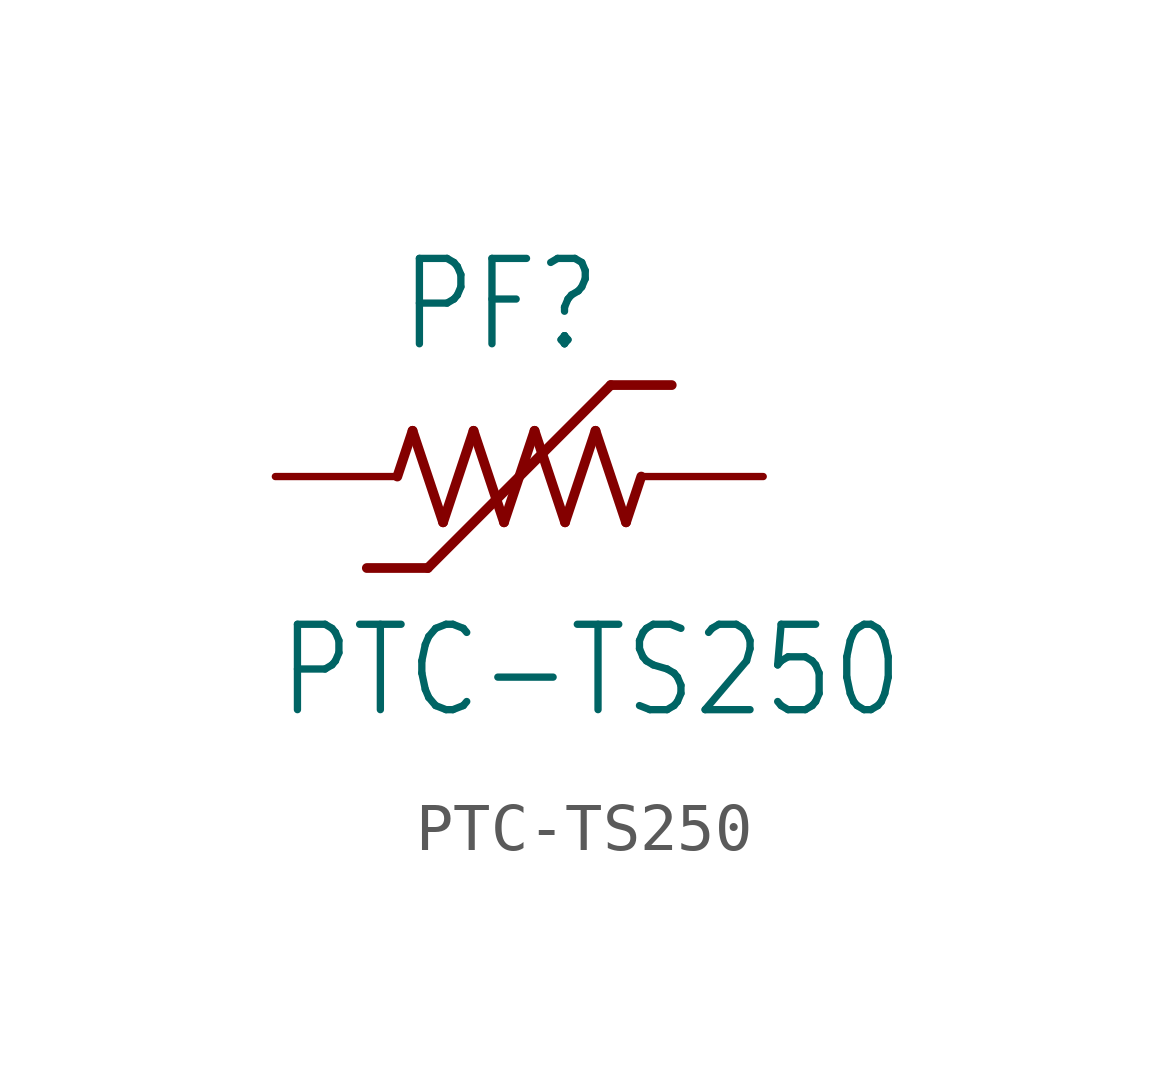
<source format=kicad_sym>
(kicad_symbol_lib
  (version 20211014)
  (generator kicad_symbol_editor)
  (symbol "PTC-TS250"
    (property "Reference" "PF"
      (at -2.54 2.54 0)
      (effects (font (size 1.778 1.511)) (justify left bottom)))
    (property "Value" "PTC-TS250"
      (at -5.08 -5.08 0)
      (effects (font (size 1.778 1.511)) (justify left bottom)))
    (property "ki_locked" ""
      (at 0 0 0)
      (effects (font (size 1.27 1.27))))
    (symbol "PTC-TS250_1_0"
      (polyline (pts (xy -2.54 0) (xy -2.223 0.953)) (stroke (width 0.203) (type default) (color 0 0 0 0)) (fill (type none)))
      (polyline (pts (xy -2.223 0.953) (xy -1.587 -0.953)) (stroke (width 0.203) (type default) (color 0 0 0 0)) (fill (type none)))
      (polyline (pts (xy -1.905 -1.905) (xy -3.175 -1.905)) (stroke (width 0.203) (type default) (color 0 0 0 0)) (fill (type none)))
      (polyline (pts (xy -1.587 -0.953) (xy -0.953 0.953)) (stroke (width 0.203) (type default) (color 0 0 0 0)) (fill (type none)))
      (polyline (pts (xy -0.953 0.953) (xy -0.318 -0.953)) (stroke (width 0.203) (type default) (color 0 0 0 0)) (fill (type none)))
      (polyline (pts (xy -0.318 -0.953) (xy 0.318 0.953)) (stroke (width 0.203) (type default) (color 0 0 0 0)) (fill (type none)))
      (polyline (pts (xy 0.318 0.953) (xy 0.953 -0.953)) (stroke (width 0.203) (type default) (color 0 0 0 0)) (fill (type none)))
      (polyline (pts (xy 0.953 -0.953) (xy 1.587 0.953)) (stroke (width 0.203) (type default) (color 0 0 0 0)) (fill (type none)))
      (polyline (pts (xy 1.587 0.953) (xy 2.223 -0.953)) (stroke (width 0.203) (type default) (color 0 0 0 0)) (fill (type none)))
      (polyline (pts (xy 1.905 1.905) (xy -1.905 -1.905)) (stroke (width 0.203) (type default) (color 0 0 0 0)) (fill (type none)))
      (polyline (pts (xy 2.223 -0.953) (xy 2.54 0)) (stroke (width 0.203) (type default) (color 0 0 0 0)) (fill (type none)))
      (polyline (pts (xy 3.175 1.905) (xy 1.905 1.905)) (stroke (width 0.203) (type default) (color 0 0 0 0)) (fill (type none)))
      (pin passive line (at 5.08 0 180) (length 2.54) (name "2" (effects (font (size 0 0)))) (number "1" (effects (font (size 0 0)))))
      (pin passive line (at -5.08 0 0) (length 2.54) (name "1" (effects (font (size 0 0)))) (number "2" (effects (font (size 0 0))))))))
</source>
